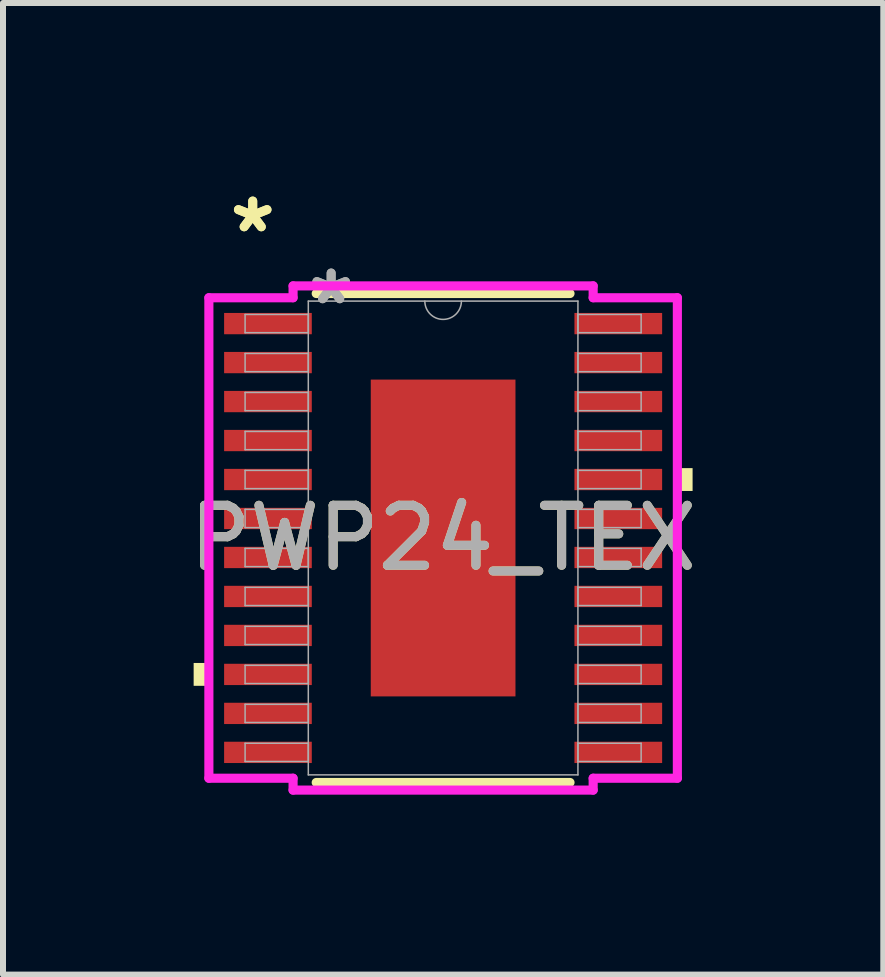
<source format=kicad_pcb>
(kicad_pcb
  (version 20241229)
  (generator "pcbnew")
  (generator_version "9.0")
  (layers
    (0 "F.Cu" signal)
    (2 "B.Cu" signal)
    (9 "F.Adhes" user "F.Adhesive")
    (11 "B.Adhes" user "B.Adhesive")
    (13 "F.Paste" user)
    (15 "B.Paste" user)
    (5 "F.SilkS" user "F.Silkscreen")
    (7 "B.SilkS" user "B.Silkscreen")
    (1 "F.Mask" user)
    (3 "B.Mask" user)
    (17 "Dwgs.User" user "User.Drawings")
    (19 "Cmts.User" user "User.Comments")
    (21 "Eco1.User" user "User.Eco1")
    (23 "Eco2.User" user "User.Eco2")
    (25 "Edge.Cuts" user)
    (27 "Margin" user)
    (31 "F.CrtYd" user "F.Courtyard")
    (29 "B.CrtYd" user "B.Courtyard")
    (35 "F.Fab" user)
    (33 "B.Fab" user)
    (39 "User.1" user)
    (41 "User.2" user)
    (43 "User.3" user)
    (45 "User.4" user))
  (footprint "PWP24_TEX"
    (layer "F.Cu")
    (at 4.339 5.921)
    (property "Reference" "PWP24_TEX" (at 0 0 0) (unlocked yes) (layer "F.SilkS") (effects (font (size 1 1) (thickness 0.15))))
    (attr smd)
    (fp_line (start -2.116 4.077) (end 2.116 4.077) (stroke (width 0.152) (type solid)) (layer "F.SilkS"))
    (fp_line (start 2.116 -4.077) (end -2.116 -4.077) (stroke (width 0.152) (type solid)) (layer "F.SilkS"))
    (fp_poly (pts (xy -4.16 2.084) (xy -4.16 2.465) (xy -3.906 2.465) (xy -3.906 2.084)) (stroke (width 0) (type solid)) (fill yes) (layer "F.SilkS"))
    (fp_poly (pts (xy 4.16 -1.165) (xy 4.16 -0.784) (xy 3.906 -0.784) (xy 3.906 -1.165)) (stroke (width 0) (type solid)) (fill yes) (layer "F.SilkS"))
    (fp_poly (pts (xy -1.107 -2.542) (xy -1.107 -1.421) (xy 1.107 -1.421) (xy 1.107 -2.542)) (stroke (width 0) (type solid)) (fill yes) (layer "F.Paste"))
    (fp_poly (pts (xy -1.107 -1.221) (xy -1.107 -0.1) (xy 1.107 -0.1) (xy 1.107 -1.221)) (stroke (width 0) (type solid)) (fill yes) (layer "F.Paste"))
    (fp_poly (pts (xy -1.107 0.1) (xy -1.107 1.221) (xy 1.107 1.221) (xy 1.107 0.1)) (stroke (width 0) (type solid)) (fill yes) (layer "F.Paste"))
    (fp_poly (pts (xy -1.107 1.421) (xy -1.107 2.542) (xy 1.107 2.542) (xy 1.107 1.421)) (stroke (width 0) (type solid)) (fill yes) (layer "F.Paste"))
    (fp_line (start -3.906 -4.006) (end -2.502 -4.006) (stroke (width 0.152) (type solid)) (layer "F.CrtYd"))
    (fp_line (start -3.906 4.006) (end -3.906 -4.006) (stroke (width 0.152) (type solid)) (layer "F.CrtYd"))
    (fp_line (start -3.906 4.006) (end -2.502 4.006) (stroke (width 0.152) (type solid)) (layer "F.CrtYd"))
    (fp_line (start -2.502 -4.204) (end 2.502 -4.204) (stroke (width 0.152) (type solid)) (layer "F.CrtYd"))
    (fp_line (start -2.502 -4.006) (end -2.502 -4.204) (stroke (width 0.152) (type solid)) (layer "F.CrtYd"))
    (fp_line (start -2.502 4.204) (end -2.502 4.006) (stroke (width 0.152) (type solid)) (layer "F.CrtYd"))
    (fp_line (start 2.502 -4.204) (end 2.502 -4.006) (stroke (width 0.152) (type solid)) (layer "F.CrtYd"))
    (fp_line (start 2.502 4.006) (end 2.502 4.204) (stroke (width 0.152) (type solid)) (layer "F.CrtYd"))
    (fp_line (start 2.502 4.204) (end -2.502 4.204) (stroke (width 0.152) (type solid)) (layer "F.CrtYd"))
    (fp_line (start 3.906 -4.006) (end 2.502 -4.006) (stroke (width 0.152) (type solid)) (layer "F.CrtYd"))
    (fp_line (start 3.906 -4.006) (end 3.906 4.006) (stroke (width 0.152) (type solid)) (layer "F.CrtYd"))
    (fp_line (start 3.906 4.006) (end 2.502 4.006) (stroke (width 0.152) (type solid)) (layer "F.CrtYd"))
    (fp_line (start -3.302 -3.727) (end -3.302 -3.423) (stroke (width 0.025) (type solid)) (layer "F.Fab"))
    (fp_line (start -3.302 -3.423) (end -2.248 -3.423) (stroke (width 0.025) (type solid)) (layer "F.Fab"))
    (fp_line (start -3.302 -3.077) (end -3.302 -2.773) (stroke (width 0.025) (type solid)) (layer "F.Fab"))
    (fp_line (start -3.302 -2.773) (end -2.248 -2.773) (stroke (width 0.025) (type solid)) (layer "F.Fab"))
    (fp_line (start -3.302 -2.427) (end -3.302 -2.123) (stroke (width 0.025) (type solid)) (layer "F.Fab"))
    (fp_line (start -3.302 -2.123) (end -2.248 -2.123) (stroke (width 0.025) (type solid)) (layer "F.Fab"))
    (fp_line (start -3.302 -1.777) (end -3.302 -1.473) (stroke (width 0.025) (type solid)) (layer "F.Fab"))
    (fp_line (start -3.302 -1.473) (end -2.248 -1.473) (stroke (width 0.025) (type solid)) (layer "F.Fab"))
    (fp_line (start -3.302 -1.127) (end -3.302 -0.823) (stroke (width 0.025) (type solid)) (layer "F.Fab"))
    (fp_line (start -3.302 -0.823) (end -2.248 -0.823) (stroke (width 0.025) (type solid)) (layer "F.Fab"))
    (fp_line (start -3.302 -0.477) (end -3.302 -0.173) (stroke (width 0.025) (type solid)) (layer "F.Fab"))
    (fp_line (start -3.302 -0.173) (end -2.248 -0.173) (stroke (width 0.025) (type solid)) (layer "F.Fab"))
    (fp_line (start -3.302 0.173) (end -3.302 0.477) (stroke (width 0.025) (type solid)) (layer "F.Fab"))
    (fp_line (start -3.302 0.477) (end -2.248 0.477) (stroke (width 0.025) (type solid)) (layer "F.Fab"))
    (fp_line (start -3.302 0.823) (end -3.302 1.127) (stroke (width 0.025) (type solid)) (layer "F.Fab"))
    (fp_line (start -3.302 1.127) (end -2.248 1.127) (stroke (width 0.025) (type solid)) (layer "F.Fab"))
    (fp_line (start -3.302 1.473) (end -3.302 1.777) (stroke (width 0.025) (type solid)) (layer "F.Fab"))
    (fp_line (start -3.302 1.777) (end -2.248 1.777) (stroke (width 0.025) (type solid)) (layer "F.Fab"))
    (fp_line (start -3.302 2.123) (end -3.302 2.427) (stroke (width 0.025) (type solid)) (layer "F.Fab"))
    (fp_line (start -3.302 2.427) (end -2.248 2.427) (stroke (width 0.025) (type solid)) (layer "F.Fab"))
    (fp_line (start -3.302 2.773) (end -3.302 3.077) (stroke (width 0.025) (type solid)) (layer "F.Fab"))
    (fp_line (start -3.302 3.077) (end -2.248 3.077) (stroke (width 0.025) (type solid)) (layer "F.Fab"))
    (fp_line (start -3.302 3.423) (end -3.302 3.727) (stroke (width 0.025) (type solid)) (layer "F.Fab"))
    (fp_line (start -3.302 3.727) (end -2.248 3.727) (stroke (width 0.025) (type solid)) (layer "F.Fab"))
    (fp_line (start -2.248 -3.95) (end -2.248 3.95) (stroke (width 0.025) (type solid)) (layer "F.Fab"))
    (fp_line (start -2.248 -3.727) (end -3.302 -3.727) (stroke (width 0.025) (type solid)) (layer "F.Fab"))
    (fp_line (start -2.248 -3.423) (end -2.248 -3.727) (stroke (width 0.025) (type solid)) (layer "F.Fab"))
    (fp_line (start -2.248 -3.077) (end -3.302 -3.077) (stroke (width 0.025) (type solid)) (layer "F.Fab"))
    (fp_line (start -2.248 -2.773) (end -2.248 -3.077) (stroke (width 0.025) (type solid)) (layer "F.Fab"))
    (fp_line (start -2.248 -2.427) (end -3.302 -2.427) (stroke (width 0.025) (type solid)) (layer "F.Fab"))
    (fp_line (start -2.248 -2.123) (end -2.248 -2.427) (stroke (width 0.025) (type solid)) (layer "F.Fab"))
    (fp_line (start -2.248 -1.777) (end -3.302 -1.777) (stroke (width 0.025) (type solid)) (layer "F.Fab"))
    (fp_line (start -2.248 -1.473) (end -2.248 -1.777) (stroke (width 0.025) (type solid)) (layer "F.Fab"))
    (fp_line (start -2.248 -1.127) (end -3.302 -1.127) (stroke (width 0.025) (type solid)) (layer "F.Fab"))
    (fp_line (start -2.248 -0.823) (end -2.248 -1.127) (stroke (width 0.025) (type solid)) (layer "F.Fab"))
    (fp_line (start -2.248 -0.477) (end -3.302 -0.477) (stroke (width 0.025) (type solid)) (layer "F.Fab"))
    (fp_line (start -2.248 -0.173) (end -2.248 -0.477) (stroke (width 0.025) (type solid)) (layer "F.Fab"))
    (fp_line (start -2.248 0.173) (end -3.302 0.173) (stroke (width 0.025) (type solid)) (layer "F.Fab"))
    (fp_line (start -2.248 0.477) (end -2.248 0.173) (stroke (width 0.025) (type solid)) (layer "F.Fab"))
    (fp_line (start -2.248 0.823) (end -3.302 0.823) (stroke (width 0.025) (type solid)) (layer "F.Fab"))
    (fp_line (start -2.248 1.127) (end -2.248 0.823) (stroke (width 0.025) (type solid)) (layer "F.Fab"))
    (fp_line (start -2.248 1.473) (end -3.302 1.473) (stroke (width 0.025) (type solid)) (layer "F.Fab"))
    (fp_line (start -2.248 1.777) (end -2.248 1.473) (stroke (width 0.025) (type solid)) (layer "F.Fab"))
    (fp_line (start -2.248 2.123) (end -3.302 2.123) (stroke (width 0.025) (type solid)) (layer "F.Fab"))
    (fp_line (start -2.248 2.427) (end -2.248 2.123) (stroke (width 0.025) (type solid)) (layer "F.Fab"))
    (fp_line (start -2.248 2.773) (end -3.302 2.773) (stroke (width 0.025) (type solid)) (layer "F.Fab"))
    (fp_line (start -2.248 3.077) (end -2.248 2.773) (stroke (width 0.025) (type solid)) (layer "F.Fab"))
    (fp_line (start -2.248 3.423) (end -3.302 3.423) (stroke (width 0.025) (type solid)) (layer "F.Fab"))
    (fp_line (start -2.248 3.727) (end -2.248 3.423) (stroke (width 0.025) (type solid)) (layer "F.Fab"))
    (fp_line (start -2.248 3.95) (end 2.248 3.95) (stroke (width 0.025) (type solid)) (layer "F.Fab"))
    (fp_line (start 2.248 -3.95) (end -2.248 -3.95) (stroke (width 0.025) (type solid)) (layer "F.Fab"))
    (fp_line (start 2.248 -3.727) (end 2.248 -3.423) (stroke (width 0.025) (type solid)) (layer "F.Fab"))
    (fp_line (start 2.248 -3.423) (end 3.302 -3.423) (stroke (width 0.025) (type solid)) (layer "F.Fab"))
    (fp_line (start 2.248 -3.077) (end 2.248 -2.773) (stroke (width 0.025) (type solid)) (layer "F.Fab"))
    (fp_line (start 2.248 -2.773) (end 3.302 -2.773) (stroke (width 0.025) (type solid)) (layer "F.Fab"))
    (fp_line (start 2.248 -2.427) (end 2.248 -2.123) (stroke (width 0.025) (type solid)) (layer "F.Fab"))
    (fp_line (start 2.248 -2.123) (end 3.302 -2.123) (stroke (width 0.025) (type solid)) (layer "F.Fab"))
    (fp_line (start 2.248 -1.777) (end 2.248 -1.473) (stroke (width 0.025) (type solid)) (layer "F.Fab"))
    (fp_line (start 2.248 -1.473) (end 3.302 -1.473) (stroke (width 0.025) (type solid)) (layer "F.Fab"))
    (fp_line (start 2.248 -1.127) (end 2.248 -0.823) (stroke (width 0.025) (type solid)) (layer "F.Fab"))
    (fp_line (start 2.248 -0.823) (end 3.302 -0.823) (stroke (width 0.025) (type solid)) (layer "F.Fab"))
    (fp_line (start 2.248 -0.477) (end 2.248 -0.173) (stroke (width 0.025) (type solid)) (layer "F.Fab"))
    (fp_line (start 2.248 -0.173) (end 3.302 -0.173) (stroke (width 0.025) (type solid)) (layer "F.Fab"))
    (fp_line (start 2.248 0.173) (end 2.248 0.477) (stroke (width 0.025) (type solid)) (layer "F.Fab"))
    (fp_line (start 2.248 0.477) (end 3.302 0.477) (stroke (width 0.025) (type solid)) (layer "F.Fab"))
    (fp_line (start 2.248 0.823) (end 2.248 1.127) (stroke (width 0.025) (type solid)) (layer "F.Fab"))
    (fp_line (start 2.248 1.127) (end 3.302 1.127) (stroke (width 0.025) (type solid)) (layer "F.Fab"))
    (fp_line (start 2.248 1.473) (end 2.248 1.777) (stroke (width 0.025) (type solid)) (layer "F.Fab"))
    (fp_line (start 2.248 1.777) (end 3.302 1.777) (stroke (width 0.025) (type solid)) (layer "F.Fab"))
    (fp_line (start 2.248 2.123) (end 2.248 2.427) (stroke (width 0.025) (type solid)) (layer "F.Fab"))
    (fp_line (start 2.248 2.427) (end 3.302 2.427) (stroke (width 0.025) (type solid)) (layer "F.Fab"))
    (fp_line (start 2.248 2.773) (end 2.248 3.077) (stroke (width 0.025) (type solid)) (layer "F.Fab"))
    (fp_line (start 2.248 3.077) (end 3.302 3.077) (stroke (width 0.025) (type solid)) (layer "F.Fab"))
    (fp_line (start 2.248 3.423) (end 2.248 3.727) (stroke (width 0.025) (type solid)) (layer "F.Fab"))
    (fp_line (start 2.248 3.727) (end 3.302 3.727) (stroke (width 0.025) (type solid)) (layer "F.Fab"))
    (fp_line (start 2.248 3.95) (end 2.248 -3.95) (stroke (width 0.025) (type solid)) (layer "F.Fab"))
    (fp_line (start 3.302 -3.727) (end 2.248 -3.727) (stroke (width 0.025) (type solid)) (layer "F.Fab"))
    (fp_line (start 3.302 -3.423) (end 3.302 -3.727) (stroke (width 0.025) (type solid)) (layer "F.Fab"))
    (fp_line (start 3.302 -3.077) (end 2.248 -3.077) (stroke (width 0.025) (type solid)) (layer "F.Fab"))
    (fp_line (start 3.302 -2.773) (end 3.302 -3.077) (stroke (width 0.025) (type solid)) (layer "F.Fab"))
    (fp_line (start 3.302 -2.427) (end 2.248 -2.427) (stroke (width 0.025) (type solid)) (layer "F.Fab"))
    (fp_line (start 3.302 -2.123) (end 3.302 -2.427) (stroke (width 0.025) (type solid)) (layer "F.Fab"))
    (fp_line (start 3.302 -1.777) (end 2.248 -1.777) (stroke (width 0.025) (type solid)) (layer "F.Fab"))
    (fp_line (start 3.302 -1.473) (end 3.302 -1.777) (stroke (width 0.025) (type solid)) (layer "F.Fab"))
    (fp_line (start 3.302 -1.127) (end 2.248 -1.127) (stroke (width 0.025) (type solid)) (layer "F.Fab"))
    (fp_line (start 3.302 -0.823) (end 3.302 -1.127) (stroke (width 0.025) (type solid)) (layer "F.Fab"))
    (fp_line (start 3.302 -0.477) (end 2.248 -0.477) (stroke (width 0.025) (type solid)) (layer "F.Fab"))
    (fp_line (start 3.302 -0.173) (end 3.302 -0.477) (stroke (width 0.025) (type solid)) (layer "F.Fab"))
    (fp_line (start 3.302 0.173) (end 2.248 0.173) (stroke (width 0.025) (type solid)) (layer "F.Fab"))
    (fp_line (start 3.302 0.477) (end 3.302 0.173) (stroke (width 0.025) (type solid)) (layer "F.Fab"))
    (fp_line (start 3.302 0.823) (end 2.248 0.823) (stroke (width 0.025) (type solid)) (layer "F.Fab"))
    (fp_line (start 3.302 1.127) (end 3.302 0.823) (stroke (width 0.025) (type solid)) (layer "F.Fab"))
    (fp_line (start 3.302 1.473) (end 2.248 1.473) (stroke (width 0.025) (type solid)) (layer "F.Fab"))
    (fp_line (start 3.302 1.777) (end 3.302 1.473) (stroke (width 0.025) (type solid)) (layer "F.Fab"))
    (fp_line (start 3.302 2.123) (end 2.248 2.123) (stroke (width 0.025) (type solid)) (layer "F.Fab"))
    (fp_line (start 3.302 2.427) (end 3.302 2.123) (stroke (width 0.025) (type solid)) (layer "F.Fab"))
    (fp_line (start 3.302 2.773) (end 2.248 2.773) (stroke (width 0.025) (type solid)) (layer "F.Fab"))
    (fp_line (start 3.302 3.077) (end 3.302 2.773) (stroke (width 0.025) (type solid)) (layer "F.Fab"))
    (fp_line (start 3.302 3.423) (end 2.248 3.423) (stroke (width 0.025) (type solid)) (layer "F.Fab"))
    (fp_line (start 3.302 3.727) (end 3.302 3.423) (stroke (width 0.025) (type solid)) (layer "F.Fab"))
    (fp_arc (start 0.3048 -3.9497) (mid 0 -3.6449) (end -0.3048 -3.9497) (stroke (width 0.0254) (type solid)) (layer "F.Fab"))
    (fp_text user "*" (at -3.175 -5.073 0) (layer "F.SilkS") (effects (font (size 1 1) (thickness 0.15))))
    (fp_text user "*" (at -3.175 -5.073 0) (unlocked yes) (layer "F.SilkS") (effects (font (size 1 1) (thickness 0.15))))
    (fp_text user "*" (at -1.867 -3.873 0) (layer "F.Fab") (effects (font (size 1 1) (thickness 0.15))))
    (fp_text user "${REFERENCE}" (at 0 0 0) (unlocked yes) (layer "F.Fab") (effects (font (size 1 1) (thickness 0.15))))
    (fp_text user "*" (at -1.867 -3.873 0) (unlocked yes) (layer "F.Fab") (effects (font (size 1 1) (thickness 0.15))))
    (pad "1" smd rect (at -2.921 -3.575) (size 1.462 0.355) (layers "F.Cu" "F.Mask" "F.Paste"))
    (pad "2" smd rect (at -2.921 -2.925) (size 1.462 0.355) (layers "F.Cu" "F.Mask" "F.Paste"))
    (pad "3" smd rect (at -2.921 -2.275) (size 1.462 0.355) (layers "F.Cu" "F.Mask" "F.Paste"))
    (pad "4" smd rect (at -2.921 -1.625) (size 1.462 0.355) (layers "F.Cu" "F.Mask" "F.Paste"))
    (pad "5" smd rect (at -2.921 -0.975) (size 1.462 0.355) (layers "F.Cu" "F.Mask" "F.Paste"))
    (pad "6" smd rect (at -2.921 -0.325) (size 1.462 0.355) (layers "F.Cu" "F.Mask" "F.Paste"))
    (pad "7" smd rect (at -2.921 0.325) (size 1.462 0.355) (layers "F.Cu" "F.Mask" "F.Paste"))
    (pad "8" smd rect (at -2.921 0.975) (size 1.462 0.355) (layers "F.Cu" "F.Mask" "F.Paste"))
    (pad "9" smd rect (at -2.921 1.625) (size 1.462 0.355) (layers "F.Cu" "F.Mask" "F.Paste"))
    (pad "10" smd rect (at -2.921 2.275) (size 1.462 0.355) (layers "F.Cu" "F.Mask" "F.Paste"))
    (pad "11" smd rect (at -2.921 2.925) (size 1.462 0.355) (layers "F.Cu" "F.Mask" "F.Paste"))
    (pad "12" smd rect (at -2.921 3.575) (size 1.462 0.355) (layers "F.Cu" "F.Mask" "F.Paste"))
    (pad "13" smd rect (at 2.921 3.575) (size 1.462 0.355) (layers "F.Cu" "F.Mask" "F.Paste"))
    (pad "14" smd rect (at 2.921 2.925) (size 1.462 0.355) (layers "F.Cu" "F.Mask" "F.Paste"))
    (pad "15" smd rect (at 2.921 2.275) (size 1.462 0.355) (layers "F.Cu" "F.Mask" "F.Paste"))
    (pad "16" smd rect (at 2.921 1.625) (size 1.462 0.355) (layers "F.Cu" "F.Mask" "F.Paste"))
    (pad "17" smd rect (at 2.921 0.975) (size 1.462 0.355) (layers "F.Cu" "F.Mask" "F.Paste"))
    (pad "18" smd rect (at 2.921 0.325) (size 1.462 0.355) (layers "F.Cu" "F.Mask" "F.Paste"))
    (pad "19" smd rect (at 2.921 -0.325) (size 1.462 0.355) (layers "F.Cu" "F.Mask" "F.Paste"))
    (pad "20" smd rect (at 2.921 -0.975) (size 1.462 0.355) (layers "F.Cu" "F.Mask" "F.Paste"))
    (pad "21" smd rect (at 2.921 -1.625) (size 1.462 0.355) (layers "F.Cu" "F.Mask" "F.Paste"))
    (pad "22" smd rect (at 2.921 -2.275) (size 1.462 0.355) (layers "F.Cu" "F.Mask" "F.Paste"))
    (pad "23" smd rect (at 2.921 -2.925) (size 1.462 0.355) (layers "F.Cu" "F.Mask" "F.Paste"))
    (pad "24" smd rect (at 2.921 -3.575) (size 1.462 0.355) (layers "F.Cu" "F.Mask" "F.Paste"))
    (pad "EPAD" smd rect (at 0 0) (size 2.413 5.283) (layers "F.Cu" "F.Mask")))
  (gr_rect
    (start -3 -3)
    (end 11.679 13.201)
    (stroke (width 0.1) (type default))
    (fill no)
    (layer "Edge.Cuts")))
</source>
